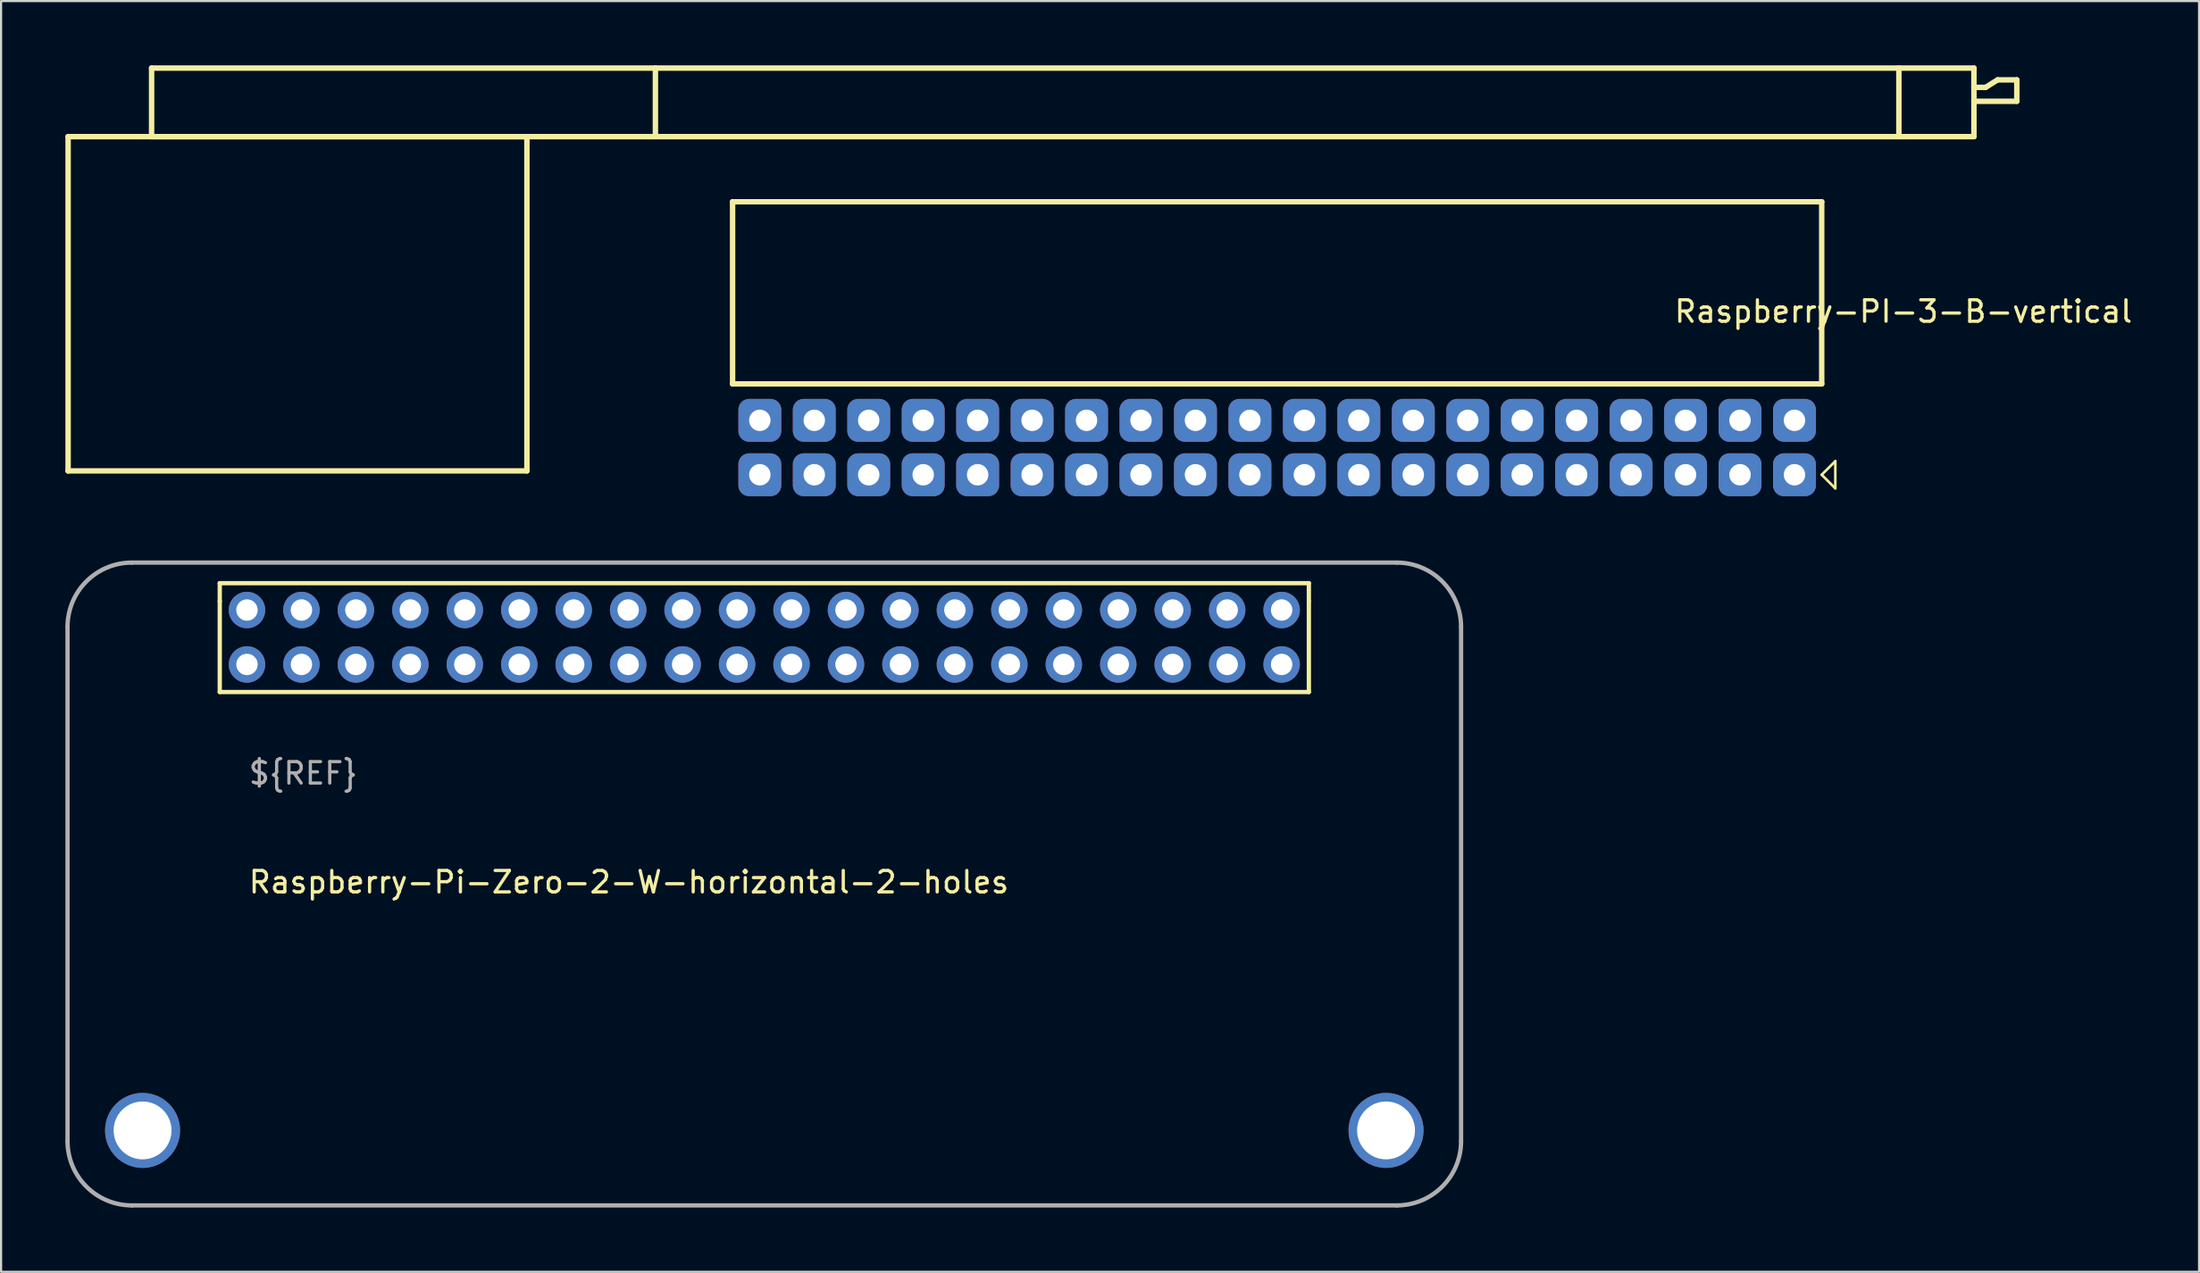
<source format=kicad_pcb>
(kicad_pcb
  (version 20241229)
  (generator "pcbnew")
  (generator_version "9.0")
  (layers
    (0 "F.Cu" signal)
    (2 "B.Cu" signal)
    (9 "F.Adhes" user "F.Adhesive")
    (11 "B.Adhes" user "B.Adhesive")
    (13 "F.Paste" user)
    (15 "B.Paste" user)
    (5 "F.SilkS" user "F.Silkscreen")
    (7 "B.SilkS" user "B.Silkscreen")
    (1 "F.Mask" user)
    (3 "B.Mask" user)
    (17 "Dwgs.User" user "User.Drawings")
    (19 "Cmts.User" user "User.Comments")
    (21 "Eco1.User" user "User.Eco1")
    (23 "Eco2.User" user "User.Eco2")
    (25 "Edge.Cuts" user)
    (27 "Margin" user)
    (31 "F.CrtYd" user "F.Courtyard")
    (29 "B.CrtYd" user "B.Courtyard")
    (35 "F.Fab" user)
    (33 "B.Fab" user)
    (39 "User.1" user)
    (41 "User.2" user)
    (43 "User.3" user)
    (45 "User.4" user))
  (footprint "Raspberry-Pi-Zero-2-W-horizontal-2-holes"
    (layer "F.Cu")
    (at 8.47 27.96)
    (property "Reference" "Raspberry-Pi-Zero-2-W-horizontal-2-holes" (at 0 10.16 0) (unlocked yes) (layer "F.SilkS") (effects (font (size 1 1) (thickness 0.15)) (justify left)))
    (attr through_hole)
    (fp_line (start -1.27 -3.793) (end -1.27 -2.947) (stroke (width 0.2) (type solid)) (layer "F.SilkS"))
    (fp_line (start -1.27 -2.947) (end -1.27 1.287) (stroke (width 0.2) (type solid)) (layer "F.SilkS"))
    (fp_line (start 49.53 -3.793) (end -1.27 -3.793) (stroke (width 0.2) (type solid)) (layer "F.SilkS"))
    (fp_line (start 49.53 -2.947) (end 49.53 -3.793) (stroke (width 0.2) (type solid)) (layer "F.SilkS"))
    (fp_line (start 49.53 -2.947) (end 49.53 1.287) (stroke (width 0.2) (type solid)) (layer "F.SilkS"))
    (fp_line (start 49.53 1.287) (end -1.27 1.287) (stroke (width 0.2) (type solid)) (layer "F.SilkS"))
    (fp_line (start -8.37 -1.753) (end -8.37 22.247) (stroke (width 0.2) (type solid)) (layer "F.Fab"))
    (fp_line (start -5.37 25.247) (end 53.63 25.247) (stroke (width 0.2) (type solid)) (layer "F.Fab"))
    (fp_line (start 53.63 -4.753) (end -5.37 -4.753) (stroke (width 0.2) (type solid)) (layer "F.Fab"))
    (fp_line (start 56.63 22.247) (end 56.63 -1.753) (stroke (width 0.2) (type solid)) (layer "F.Fab"))
    (fp_arc (start -8.369999 -1.753428) (mid -7.49132 -3.874748) (end -5.37 -4.753429) (stroke (width 0.2) (type solid)) (layer "F.Fab"))
    (fp_arc (start -5.369999 25.24657) (mid -7.491319 24.36789) (end -8.369999 22.24657) (stroke (width 0.2) (type solid)) (layer "F.Fab"))
    (fp_arc (start 53.63 -4.753429) (mid 55.75132 -3.874749) (end 56.63 -1.753429) (stroke (width 0.2) (type solid)) (layer "F.Fab"))
    (fp_arc (start 56.629999 22.24657) (mid 55.751319 24.36789) (end 53.629999 25.24657) (stroke (width 0.2) (type solid)) (layer "F.Fab"))
    (fp_text user "${REF}" (at 0 5.08 0) (unlocked yes) (layer "F.Fab") (effects (font (size 1 1) (thickness 0.15)) (justify left)))
    (pad "" thru_hole circle (at -4.87 21.747) (size 3.5 3.5) (drill 2.7) (layers "*.Cu" "*.Mask"))
    (pad "" thru_hole circle (at 53.13 21.747) (size 3.5 3.5) (drill 2.7) (layers "*.Cu" "*.Mask"))
    (pad "1" thru_hole circle (at 0 0) (size 1.7 1.7) (drill 1) (layers "*.Cu" "*.Mask"))
    (pad "2" thru_hole circle (at 0 -2.54) (size 1.7 1.7) (drill 1) (layers "*.Cu" "*.Mask"))
    (pad "3" thru_hole circle (at 2.54 0) (size 1.7 1.7) (drill 1) (layers "*.Cu" "*.Mask"))
    (pad "4" thru_hole circle (at 2.54 -2.54) (size 1.7 1.7) (drill 1) (layers "*.Cu" "*.Mask"))
    (pad "5" thru_hole circle (at 5.08 0) (size 1.7 1.7) (drill 1) (layers "*.Cu" "*.Mask"))
    (pad "6" thru_hole circle (at 5.08 -2.54) (size 1.7 1.7) (drill 1) (layers "*.Cu" "*.Mask"))
    (pad "7" thru_hole circle (at 7.62 0) (size 1.7 1.7) (drill 1) (layers "*.Cu" "*.Mask"))
    (pad "8" thru_hole circle (at 7.62 -2.54) (size 1.7 1.7) (drill 1) (layers "*.Cu" "*.Mask"))
    (pad "9" thru_hole circle (at 10.16 0) (size 1.7 1.7) (drill 1) (layers "*.Cu" "*.Mask"))
    (pad "10" thru_hole circle (at 10.16 -2.54) (size 1.7 1.7) (drill 1) (layers "*.Cu" "*.Mask"))
    (pad "11" thru_hole circle (at 12.7 0) (size 1.7 1.7) (drill 1) (layers "*.Cu" "*.Mask"))
    (pad "12" thru_hole circle (at 12.7 -2.54) (size 1.7 1.7) (drill 1) (layers "*.Cu" "*.Mask"))
    (pad "13" thru_hole circle (at 15.24 0) (size 1.7 1.7) (drill 1) (layers "*.Cu" "*.Mask"))
    (pad "14" thru_hole circle (at 15.24 -2.54) (size 1.7 1.7) (drill 1) (layers "*.Cu" "*.Mask"))
    (pad "15" thru_hole circle (at 17.78 0) (size 1.7 1.7) (drill 1) (layers "*.Cu" "*.Mask"))
    (pad "16" thru_hole circle (at 17.78 -2.54) (size 1.7 1.7) (drill 1) (layers "*.Cu" "*.Mask"))
    (pad "17" thru_hole circle (at 20.32 0) (size 1.7 1.7) (drill 1) (layers "*.Cu" "*.Mask"))
    (pad "18" thru_hole circle (at 20.32 -2.54) (size 1.7 1.7) (drill 1) (layers "*.Cu" "*.Mask"))
    (pad "19" thru_hole circle (at 22.86 0) (size 1.7 1.7) (drill 1) (layers "*.Cu" "*.Mask"))
    (pad "20" thru_hole circle (at 22.86 -2.54) (size 1.7 1.7) (drill 1) (layers "*.Cu" "*.Mask"))
    (pad "21" thru_hole circle (at 25.4 0) (size 1.7 1.7) (drill 1) (layers "*.Cu" "*.Mask"))
    (pad "22" thru_hole circle (at 25.4 -2.54) (size 1.7 1.7) (drill 1) (layers "*.Cu" "*.Mask"))
    (pad "23" thru_hole circle (at 27.94 0) (size 1.7 1.7) (drill 1) (layers "*.Cu" "*.Mask"))
    (pad "24" thru_hole circle (at 27.94 -2.54) (size 1.7 1.7) (drill 1) (layers "*.Cu" "*.Mask"))
    (pad "25" thru_hole circle (at 30.48 0) (size 1.7 1.7) (drill 1) (layers "*.Cu" "*.Mask"))
    (pad "26" thru_hole circle (at 30.48 -2.54) (size 1.7 1.7) (drill 1) (layers "*.Cu" "*.Mask"))
    (pad "27" thru_hole circle (at 33.02 0) (size 1.7 1.7) (drill 1) (layers "*.Cu" "*.Mask"))
    (pad "28" thru_hole circle (at 33.02 -2.54) (size 1.7 1.7) (drill 1) (layers "*.Cu" "*.Mask"))
    (pad "29" thru_hole circle (at 35.56 0) (size 1.7 1.7) (drill 1) (layers "*.Cu" "*.Mask"))
    (pad "30" thru_hole circle (at 35.56 -2.54) (size 1.7 1.7) (drill 1) (layers "*.Cu" "*.Mask"))
    (pad "31" thru_hole circle (at 38.1 0) (size 1.7 1.7) (drill 1) (layers "*.Cu" "*.Mask"))
    (pad "32" thru_hole circle (at 38.1 -2.54) (size 1.7 1.7) (drill 1) (layers "*.Cu" "*.Mask"))
    (pad "33" thru_hole circle (at 40.64 0) (size 1.7 1.7) (drill 1) (layers "*.Cu" "*.Mask"))
    (pad "34" thru_hole circle (at 40.64 -2.54) (size 1.7 1.7) (drill 1) (layers "*.Cu" "*.Mask"))
    (pad "35" thru_hole circle (at 43.18 0) (size 1.7 1.7) (drill 1) (layers "*.Cu" "*.Mask"))
    (pad "36" thru_hole circle (at 43.18 -2.54) (size 1.7 1.7) (drill 1) (layers "*.Cu" "*.Mask"))
    (pad "37" thru_hole circle (at 45.72 0) (size 1.7 1.7) (drill 1) (layers "*.Cu" "*.Mask"))
    (pad "38" thru_hole circle (at 45.72 -2.54) (size 1.7 1.7) (drill 1) (layers "*.Cu" "*.Mask"))
    (pad "39" thru_hole circle (at 48.26 0) (size 1.7 1.7) (drill 1) (layers "*.Cu" "*.Mask"))
    (pad "40" thru_hole circle (at 48.26 -2.54) (size 1.7 1.7) (drill 1) (layers "*.Cu" "*.Mask")))
  (footprint "Raspberry-PI-3-B-vertical"
    (layer "F.Cu")
    (at 80.651 19.107)
    (property "Reference" "Raspberry-PI-3-B-vertical" (at 5.08 -7.62 0) (layer "F.SilkS") (effects (font (size 1 1) (thickness 0.15))))
    (attr through_hole)
    (fp_line (start -80.524 -15.78) (end -59.124 -15.78) (stroke (width 0.254) (type solid)) (layer "F.SilkS"))
    (fp_line (start -80.524 -0.18) (end -80.524 -15.78) (stroke (width 0.254) (type solid)) (layer "F.SilkS"))
    (fp_line (start -80.524 -0.18) (end -59.124 -0.18) (stroke (width 0.254) (type solid)) (layer "F.SilkS"))
    (fp_line (start -76.63 -18.98) (end 8.37 -18.98) (stroke (width 0.254) (type solid)) (layer "F.SilkS"))
    (fp_line (start -76.63 -15.78) (end -76.63 -18.98) (stroke (width 0.254) (type solid)) (layer "F.SilkS"))
    (fp_line (start -76.63 -15.78) (end 8.37 -15.78) (stroke (width 0.254) (type solid)) (layer "F.SilkS"))
    (fp_line (start -59.124 -0.18) (end -59.124 -15.78) (stroke (width 0.254) (type solid)) (layer "F.SilkS"))
    (fp_line (start -53.13 -18.98) (end -53.13 -15.78) (stroke (width 0.254) (type solid)) (layer "F.SilkS"))
    (fp_line (start -49.53 -12.74) (end 1.27 -12.74) (stroke (width 0.254) (type solid)) (layer "F.SilkS"))
    (fp_line (start -49.53 -4.24) (end -49.53 -12.74) (stroke (width 0.254) (type solid)) (layer "F.SilkS"))
    (fp_line (start 1.27 -12.74) (end 1.27 -4.24) (stroke (width 0.254) (type solid)) (layer "F.SilkS"))
    (fp_line (start 1.27 -4.24) (end -49.53 -4.24) (stroke (width 0.254) (type solid)) (layer "F.SilkS"))
    (fp_line (start 1.27 0) (end 1.905 -0.635) (stroke (width 0.12) (type solid)) (layer "F.SilkS"))
    (fp_line (start 1.905 -0.635) (end 1.905 0.635) (stroke (width 0.12) (type solid)) (layer "F.SilkS"))
    (fp_line (start 1.905 0.635) (end 1.27 0) (stroke (width 0.12) (type solid)) (layer "F.SilkS"))
    (fp_line (start 4.87 -18.98) (end 4.87 -15.78) (stroke (width 0.254) (type solid)) (layer "F.SilkS"))
    (fp_line (start 8.37 -15.78) (end 8.37 -18.98) (stroke (width 0.254) (type solid)) (layer "F.SilkS"))
    (fp_line (start 8.916 -18.08) (end 8.37 -18.08) (stroke (width 0.254) (type solid)) (layer "F.SilkS"))
    (fp_line (start 9.474 -18.43) (end 8.916 -18.08) (stroke (width 0.254) (type solid)) (layer "F.SilkS"))
    (fp_line (start 10.37 -18.43) (end 9.474 -18.43) (stroke (width 0.254) (type solid)) (layer "F.SilkS"))
    (fp_line (start 10.37 -17.43) (end 8.37 -17.43) (stroke (width 0.254) (type solid)) (layer "F.SilkS"))
    (fp_line (start 10.37 -17.43) (end 10.37 -18.43) (stroke (width 0.254) (type solid)) (layer "F.SilkS"))
    (pad "1" thru_hole roundrect (at 0 0) (size 2 2) (drill 1) (layers "*.Cu" "*.Mask") (roundrect_rratio 0.25))
    (pad "2" thru_hole roundrect (at 0 -2.54) (size 2 2) (drill 1) (layers "*.Cu" "*.Mask") (roundrect_rratio 0.25))
    (pad "3" thru_hole roundrect (at -2.54 0) (size 2 2) (drill 1) (layers "*.Cu" "*.Mask") (roundrect_rratio 0.25))
    (pad "4" thru_hole roundrect (at -2.54 -2.54) (size 2 2) (drill 1) (layers "*.Cu" "*.Mask") (roundrect_rratio 0.25))
    (pad "5" thru_hole roundrect (at -5.08 0) (size 2 2) (drill 1) (layers "*.Cu" "*.Mask") (roundrect_rratio 0.25))
    (pad "6" thru_hole roundrect (at -5.08 -2.54) (size 2 2) (drill 1) (layers "*.Cu" "*.Mask") (roundrect_rratio 0.25))
    (pad "7" thru_hole roundrect (at -7.62 0) (size 2 2) (drill 1) (layers "*.Cu" "*.Mask") (roundrect_rratio 0.25))
    (pad "8" thru_hole roundrect (at -7.62 -2.54) (size 2 2) (drill 1) (layers "*.Cu" "*.Mask") (roundrect_rratio 0.25))
    (pad "9" thru_hole roundrect (at -10.16 0) (size 2 2) (drill 1) (layers "*.Cu" "*.Mask") (roundrect_rratio 0.25))
    (pad "10" thru_hole roundrect (at -10.16 -2.54) (size 2 2) (drill 1) (layers "*.Cu" "*.Mask") (roundrect_rratio 0.25))
    (pad "11" thru_hole roundrect (at -12.7 0) (size 2 2) (drill 1) (layers "*.Cu" "*.Mask") (roundrect_rratio 0.25))
    (pad "12" thru_hole roundrect (at -12.7 -2.54) (size 2 2) (drill 1) (layers "*.Cu" "*.Mask") (roundrect_rratio 0.25))
    (pad "13" thru_hole roundrect (at -15.24 0) (size 2 2) (drill 1) (layers "*.Cu" "*.Mask") (roundrect_rratio 0.25))
    (pad "14" thru_hole roundrect (at -15.24 -2.54) (size 2 2) (drill 1) (layers "*.Cu" "*.Mask") (roundrect_rratio 0.25))
    (pad "15" thru_hole roundrect (at -17.78 0) (size 2 2) (drill 1) (layers "*.Cu" "*.Mask") (roundrect_rratio 0.25))
    (pad "16" thru_hole roundrect (at -17.78 -2.54) (size 2 2) (drill 1) (layers "*.Cu" "*.Mask") (roundrect_rratio 0.25))
    (pad "17" thru_hole roundrect (at -20.32 0) (size 2 2) (drill 1) (layers "*.Cu" "*.Mask") (roundrect_rratio 0.25))
    (pad "18" thru_hole roundrect (at -20.32 -2.54) (size 2 2) (drill 1) (layers "*.Cu" "*.Mask") (roundrect_rratio 0.25))
    (pad "19" thru_hole roundrect (at -22.86 0) (size 2 2) (drill 1) (layers "*.Cu" "*.Mask") (roundrect_rratio 0.25))
    (pad "20" thru_hole roundrect (at -22.86 -2.54) (size 2 2) (drill 1) (layers "*.Cu" "*.Mask") (roundrect_rratio 0.25))
    (pad "21" thru_hole roundrect (at -25.4 0) (size 2 2) (drill 1) (layers "*.Cu" "*.Mask") (roundrect_rratio 0.25))
    (pad "22" thru_hole roundrect (at -25.4 -2.54) (size 2 2) (drill 1) (layers "*.Cu" "*.Mask") (roundrect_rratio 0.25))
    (pad "23" thru_hole roundrect (at -27.94 0) (size 2 2) (drill 1) (layers "*.Cu" "*.Mask") (roundrect_rratio 0.25))
    (pad "24" thru_hole roundrect (at -27.94 -2.54) (size 2 2) (drill 1) (layers "*.Cu" "*.Mask") (roundrect_rratio 0.25))
    (pad "25" thru_hole roundrect (at -30.48 0) (size 2 2) (drill 1) (layers "*.Cu" "*.Mask") (roundrect_rratio 0.25))
    (pad "26" thru_hole roundrect (at -30.48 -2.54) (size 2 2) (drill 1) (layers "*.Cu" "*.Mask") (roundrect_rratio 0.25))
    (pad "27" thru_hole roundrect (at -33.02 0) (size 2 2) (drill 1) (layers "*.Cu" "*.Mask") (roundrect_rratio 0.25))
    (pad "28" thru_hole roundrect (at -33.02 -2.54) (size 2 2) (drill 1) (layers "*.Cu" "*.Mask") (roundrect_rratio 0.25))
    (pad "29" thru_hole roundrect (at -35.56 0) (size 2 2) (drill 1) (layers "*.Cu" "*.Mask") (roundrect_rratio 0.25))
    (pad "30" thru_hole roundrect (at -35.56 -2.54) (size 2 2) (drill 1) (layers "*.Cu" "*.Mask") (roundrect_rratio 0.25))
    (pad "31" thru_hole roundrect (at -38.1 0) (size 2 2) (drill 1) (layers "*.Cu" "*.Mask") (roundrect_rratio 0.25))
    (pad "32" thru_hole roundrect (at -38.1 -2.54) (size 2 2) (drill 1) (layers "*.Cu" "*.Mask") (roundrect_rratio 0.25))
    (pad "33" thru_hole roundrect (at -40.64 0) (size 2 2) (drill 1) (layers "*.Cu" "*.Mask") (roundrect_rratio 0.25))
    (pad "34" thru_hole roundrect (at -40.64 -2.54) (size 2 2) (drill 1) (layers "*.Cu" "*.Mask") (roundrect_rratio 0.25))
    (pad "35" thru_hole roundrect (at -43.18 0) (size 2 2) (drill 1) (layers "*.Cu" "*.Mask") (roundrect_rratio 0.25))
    (pad "36" thru_hole roundrect (at -43.18 -2.54) (size 2 2) (drill 1) (layers "*.Cu" "*.Mask") (roundrect_rratio 0.25))
    (pad "37" thru_hole roundrect (at -45.72 0) (size 2 2) (drill 1) (layers "*.Cu" "*.Mask") (roundrect_rratio 0.25))
    (pad "38" thru_hole roundrect (at -45.72 -2.54) (size 2 2) (drill 1) (layers "*.Cu" "*.Mask") (roundrect_rratio 0.25))
    (pad "39" thru_hole roundrect (at -48.26 0) (size 2 2) (drill 1) (layers "*.Cu" "*.Mask") (roundrect_rratio 0.25))
    (pad "40" thru_hole roundrect (at -48.26 -2.54) (size 2 2) (drill 1) (layers "*.Cu" "*.Mask") (roundrect_rratio 0.25)))
  (gr_rect
    (start -3 -3)
    (end 99.522 56.307)
    (stroke (width 0.1) (type default))
    (fill no)
    (layer "Edge.Cuts")))
</source>
